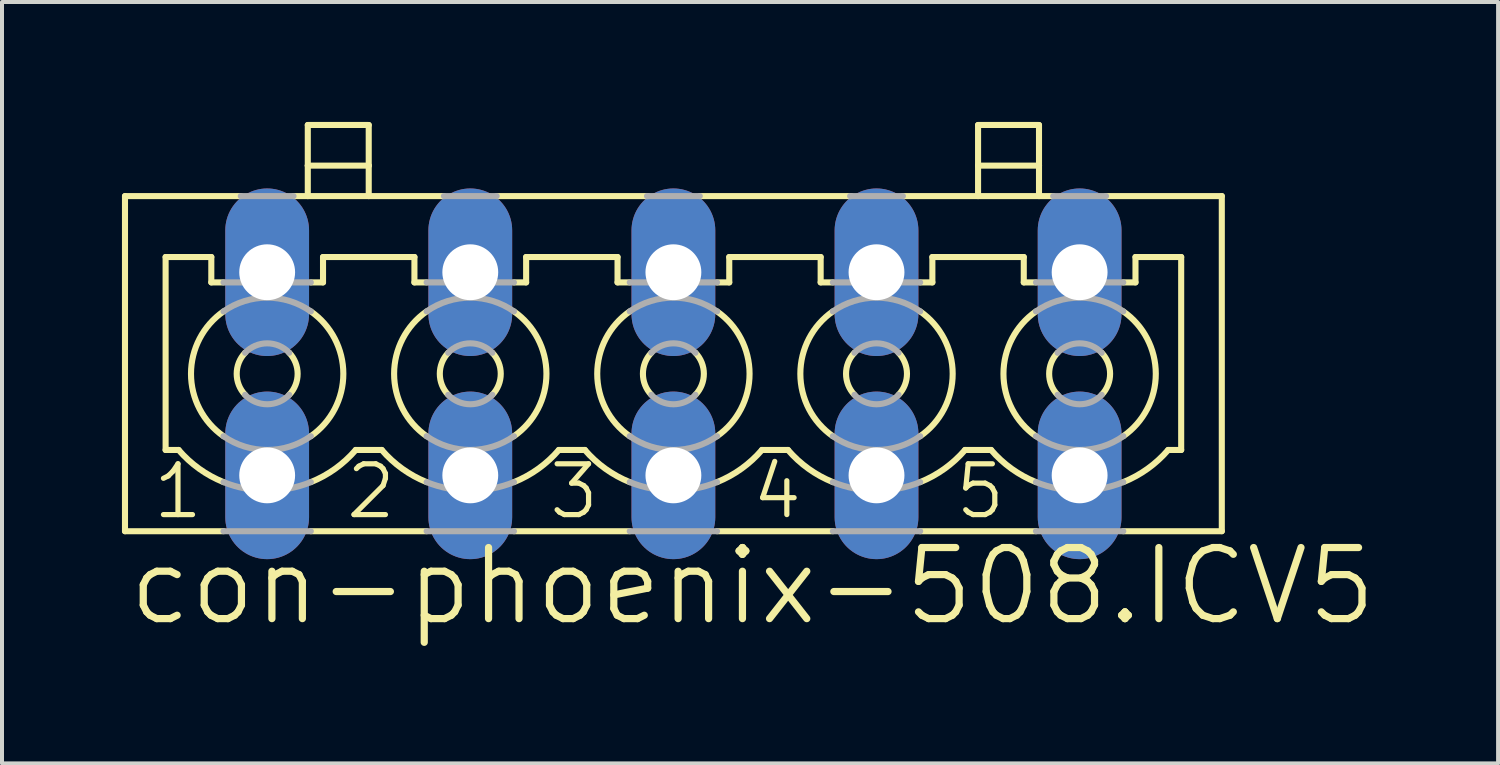
<source format=kicad_pcb>
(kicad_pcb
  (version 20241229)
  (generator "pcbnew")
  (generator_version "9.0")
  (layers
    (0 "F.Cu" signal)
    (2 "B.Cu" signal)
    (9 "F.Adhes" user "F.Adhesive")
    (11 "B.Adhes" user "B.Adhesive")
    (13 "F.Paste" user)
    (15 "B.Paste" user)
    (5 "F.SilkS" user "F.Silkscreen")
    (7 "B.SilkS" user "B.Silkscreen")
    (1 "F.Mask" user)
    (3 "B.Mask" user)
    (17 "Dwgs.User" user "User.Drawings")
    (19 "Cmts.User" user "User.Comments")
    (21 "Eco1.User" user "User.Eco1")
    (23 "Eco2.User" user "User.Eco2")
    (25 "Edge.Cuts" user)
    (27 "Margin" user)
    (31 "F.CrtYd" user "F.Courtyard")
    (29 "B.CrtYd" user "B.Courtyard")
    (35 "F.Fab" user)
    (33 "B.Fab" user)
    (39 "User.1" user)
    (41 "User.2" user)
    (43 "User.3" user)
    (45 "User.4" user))
  (footprint "con-phoenix-508.ICV5"
    (layer "F.Cu")
    (at 13.792 6.299)
    (property "Reference" "con-phoenix-508.ICV5" (at -13.716 6.35 0) (layer "F.SilkS") (effects (font (size 1.778 1.778) (thickness 0.18)) (justify left bottom)))
    (attr through_hole)
    (fp_line (start -13.716 -4.445) (end -13.716 3.937) (stroke (width 0.152) (type default)) (layer "F.SilkS"))
    (fp_line (start -13.716 -4.445) (end -10.82 -4.445) (stroke (width 0.152) (type default)) (layer "F.SilkS"))
    (fp_line (start -13.716 3.937) (end -11.252 3.937) (stroke (width 0.152) (type default)) (layer "F.SilkS"))
    (fp_line (start -12.7 -2.921) (end -12.7 1.905) (stroke (width 0.152) (type default)) (layer "F.SilkS"))
    (fp_line (start -12.7 -2.921) (end -11.557 -2.921) (stroke (width 0.152) (type default)) (layer "F.SilkS"))
    (fp_line (start -12.7 1.905) (end -12.374 1.905) (stroke (width 0.152) (type default)) (layer "F.SilkS"))
    (fp_line (start -11.557 -2.286) (end -11.557 -2.921) (stroke (width 0.152) (type default)) (layer "F.SilkS"))
    (fp_line (start -11.557 -2.286) (end -11.252 -2.286) (stroke (width 0.152) (type default)) (layer "F.SilkS"))
    (fp_line (start -9.5 -4.445) (end -9.144 -4.445) (stroke (width 0.152) (type default)) (layer "F.SilkS"))
    (fp_line (start -9.144 -5.207) (end -9.144 -6.223) (stroke (width 0.152) (type default)) (layer "F.SilkS"))
    (fp_line (start -9.144 -5.207) (end -7.62 -5.207) (stroke (width 0.152) (type default)) (layer "F.SilkS"))
    (fp_line (start -9.144 -4.445) (end -9.144 -5.207) (stroke (width 0.152) (type default)) (layer "F.SilkS"))
    (fp_line (start -9.144 -4.445) (end -7.62 -4.445) (stroke (width 0.152) (type default)) (layer "F.SilkS"))
    (fp_line (start -9.068 -2.286) (end -8.763 -2.286) (stroke (width 0.152) (type default)) (layer "F.SilkS"))
    (fp_line (start -9.068 3.937) (end -6.172 3.937) (stroke (width 0.152) (type default)) (layer "F.SilkS"))
    (fp_line (start -8.763 -2.921) (end -6.477 -2.921) (stroke (width 0.152) (type default)) (layer "F.SilkS"))
    (fp_line (start -8.763 -2.286) (end -8.763 -2.921) (stroke (width 0.152) (type default)) (layer "F.SilkS"))
    (fp_line (start -7.946 1.905) (end -7.294 1.905) (stroke (width 0.152) (type default)) (layer "F.SilkS"))
    (fp_line (start -7.62 -6.223) (end -9.144 -6.223) (stroke (width 0.152) (type default)) (layer "F.SilkS"))
    (fp_line (start -7.62 -5.207) (end -7.62 -6.223) (stroke (width 0.152) (type default)) (layer "F.SilkS"))
    (fp_line (start -7.62 -4.445) (end -7.62 -5.207) (stroke (width 0.152) (type default)) (layer "F.SilkS"))
    (fp_line (start -7.62 -4.445) (end -5.74 -4.445) (stroke (width 0.152) (type default)) (layer "F.SilkS"))
    (fp_line (start -6.477 -2.286) (end -6.477 -2.921) (stroke (width 0.152) (type default)) (layer "F.SilkS"))
    (fp_line (start -6.477 -2.286) (end -6.172 -2.286) (stroke (width 0.152) (type default)) (layer "F.SilkS"))
    (fp_line (start -4.42 -4.445) (end -0.635 -4.445) (stroke (width 0.152) (type default)) (layer "F.SilkS"))
    (fp_line (start -3.988 -2.286) (end -3.683 -2.286) (stroke (width 0.152) (type default)) (layer "F.SilkS"))
    (fp_line (start -3.988 3.937) (end -1.092 3.937) (stroke (width 0.152) (type default)) (layer "F.SilkS"))
    (fp_line (start -3.683 -2.921) (end -1.397 -2.921) (stroke (width 0.152) (type default)) (layer "F.SilkS"))
    (fp_line (start -3.683 -2.286) (end -3.683 -2.921) (stroke (width 0.152) (type default)) (layer "F.SilkS"))
    (fp_line (start -2.866 1.905) (end -2.214 1.905) (stroke (width 0.152) (type default)) (layer "F.SilkS"))
    (fp_line (start -1.397 -2.286) (end -1.397 -2.921) (stroke (width 0.152) (type default)) (layer "F.SilkS"))
    (fp_line (start -1.397 -2.286) (end -1.092 -2.286) (stroke (width 0.152) (type default)) (layer "F.SilkS"))
    (fp_line (start 0.66 -4.445) (end 4.445 -4.445) (stroke (width 0.152) (type default)) (layer "F.SilkS"))
    (fp_line (start 1.092 -2.286) (end 1.397 -2.286) (stroke (width 0.152) (type default)) (layer "F.SilkS"))
    (fp_line (start 1.092 3.937) (end 3.988 3.937) (stroke (width 0.152) (type default)) (layer "F.SilkS"))
    (fp_line (start 1.397 -2.921) (end 3.683 -2.921) (stroke (width 0.152) (type default)) (layer "F.SilkS"))
    (fp_line (start 1.397 -2.286) (end 1.397 -2.921) (stroke (width 0.152) (type default)) (layer "F.SilkS"))
    (fp_line (start 2.214 1.905) (end 2.866 1.905) (stroke (width 0.152) (type default)) (layer "F.SilkS"))
    (fp_line (start 3.683 -2.286) (end 3.683 -2.921) (stroke (width 0.152) (type default)) (layer "F.SilkS"))
    (fp_line (start 3.683 -2.286) (end 3.988 -2.286) (stroke (width 0.152) (type default)) (layer "F.SilkS"))
    (fp_line (start 5.74 -4.445) (end 7.62 -4.445) (stroke (width 0.152) (type default)) (layer "F.SilkS"))
    (fp_line (start 6.172 -2.286) (end 6.477 -2.286) (stroke (width 0.152) (type default)) (layer "F.SilkS"))
    (fp_line (start 6.172 3.937) (end 9.068 3.937) (stroke (width 0.152) (type default)) (layer "F.SilkS"))
    (fp_line (start 6.477 -2.921) (end 8.763 -2.921) (stroke (width 0.152) (type default)) (layer "F.SilkS"))
    (fp_line (start 6.477 -2.286) (end 6.477 -2.921) (stroke (width 0.152) (type default)) (layer "F.SilkS"))
    (fp_line (start 7.294 1.905) (end 7.946 1.905) (stroke (width 0.152) (type default)) (layer "F.SilkS"))
    (fp_line (start 7.62 -5.207) (end 7.62 -6.223) (stroke (width 0.152) (type default)) (layer "F.SilkS"))
    (fp_line (start 7.62 -5.207) (end 9.144 -5.207) (stroke (width 0.152) (type default)) (layer "F.SilkS"))
    (fp_line (start 7.62 -4.445) (end 7.62 -5.207) (stroke (width 0.152) (type default)) (layer "F.SilkS"))
    (fp_line (start 7.62 -4.445) (end 9.144 -4.445) (stroke (width 0.152) (type default)) (layer "F.SilkS"))
    (fp_line (start 8.763 -2.286) (end 8.763 -2.921) (stroke (width 0.152) (type default)) (layer "F.SilkS"))
    (fp_line (start 8.763 -2.286) (end 9.068 -2.286) (stroke (width 0.152) (type default)) (layer "F.SilkS"))
    (fp_line (start 9.144 -6.223) (end 7.62 -6.223) (stroke (width 0.152) (type default)) (layer "F.SilkS"))
    (fp_line (start 9.144 -5.207) (end 9.144 -6.223) (stroke (width 0.152) (type default)) (layer "F.SilkS"))
    (fp_line (start 9.144 -4.445) (end 9.144 -5.207) (stroke (width 0.152) (type default)) (layer "F.SilkS"))
    (fp_line (start 9.144 -4.445) (end 9.5 -4.445) (stroke (width 0.152) (type default)) (layer "F.SilkS"))
    (fp_line (start 10.82 -4.445) (end 13.716 -4.445) (stroke (width 0.152) (type default)) (layer "F.SilkS"))
    (fp_line (start 11.252 -2.286) (end 11.557 -2.286) (stroke (width 0.152) (type default)) (layer "F.SilkS"))
    (fp_line (start 11.252 3.937) (end 13.716 3.937) (stroke (width 0.152) (type default)) (layer "F.SilkS"))
    (fp_line (start 11.557 -2.921) (end 12.7 -2.921) (stroke (width 0.152) (type default)) (layer "F.SilkS"))
    (fp_line (start 11.557 -2.286) (end 11.557 -2.921) (stroke (width 0.152) (type default)) (layer "F.SilkS"))
    (fp_line (start 12.374 1.905) (end 12.7 1.905) (stroke (width 0.152) (type default)) (layer "F.SilkS"))
    (fp_line (start 12.7 1.905) (end 12.7 -2.921) (stroke (width 0.152) (type default)) (layer "F.SilkS"))
    (fp_line (start 13.716 -4.445) (end 13.716 3.937) (stroke (width 0.152) (type default)) (layer "F.SilkS"))
    (fp_arc (start -11.2522 1.5608) (mid -12.064993 0) (end -11.2522 -1.5608) (stroke (width 0.1524) (type default)) (layer "F.SilkS"))
    (fp_arc (start -11.2518 2.7092) (mid -11.861094 2.374351) (end -12.374 1.905) (stroke (width 0.1524) (type default)) (layer "F.SilkS"))
    (fp_arc (start -10.7114 0.526) (mid -10.922049 0) (end -10.7114 -0.526) (stroke (width 0.1524) (type default)) (layer "F.SilkS"))
    (fp_arc (start -9.6086 -0.526) (mid -9.397951 0) (end -9.6086 0.526) (stroke (width 0.1524) (type default)) (layer "F.SilkS"))
    (fp_arc (start -9.0678 -1.5608) (mid -8.255007 0) (end -9.0678 1.5608) (stroke (width 0.1524) (type default)) (layer "F.SilkS"))
    (fp_arc (start -7.9455 1.9051) (mid -8.458459 2.374412) (end -9.0678 2.7092) (stroke (width 0.1524) (type default)) (layer "F.SilkS"))
    (fp_arc (start -6.1722 1.5608) (mid -6.984993 0) (end -6.1722 -1.5608) (stroke (width 0.1524) (type default)) (layer "F.SilkS"))
    (fp_arc (start -6.1718 2.7092) (mid -6.781094 2.374351) (end -7.294 1.905) (stroke (width 0.1524) (type default)) (layer "F.SilkS"))
    (fp_arc (start -5.6314 0.526) (mid -5.842049 0) (end -5.6314 -0.526) (stroke (width 0.1524) (type default)) (layer "F.SilkS"))
    (fp_arc (start -4.5286 -0.526) (mid -4.317951 0) (end -4.5286 0.526) (stroke (width 0.1524) (type default)) (layer "F.SilkS"))
    (fp_arc (start -3.9878 -1.5608) (mid -3.175007 0) (end -3.9878 1.5608) (stroke (width 0.1524) (type default)) (layer "F.SilkS"))
    (fp_arc (start -2.8655 1.9051) (mid -3.378459 2.374412) (end -3.9878 2.7092) (stroke (width 0.1524) (type default)) (layer "F.SilkS"))
    (fp_arc (start -1.0922 1.5608) (mid -1.904993 0) (end -1.0922 -1.5608) (stroke (width 0.1524) (type default)) (layer "F.SilkS"))
    (fp_arc (start -1.0918 2.7092) (mid -1.701094 2.374351) (end -2.214 1.905) (stroke (width 0.1524) (type default)) (layer "F.SilkS"))
    (fp_arc (start -0.5514 0.526) (mid -0.762049 0) (end -0.5514 -0.526) (stroke (width 0.1524) (type default)) (layer "F.SilkS"))
    (fp_arc (start 0.5514 -0.526) (mid 0.762049 0) (end 0.5514 0.526) (stroke (width 0.1524) (type default)) (layer "F.SilkS"))
    (fp_arc (start 1.0922 -1.5608) (mid 1.904993 0) (end 1.0922 1.5608) (stroke (width 0.1524) (type default)) (layer "F.SilkS"))
    (fp_arc (start 2.214 1.905) (mid 1.701094 2.374351) (end 1.0918 2.7092) (stroke (width 0.1524) (type default)) (layer "F.SilkS"))
    (fp_arc (start 3.9878 1.5608) (mid 3.175007 0) (end 3.9878 -1.5608) (stroke (width 0.1524) (type default)) (layer "F.SilkS"))
    (fp_arc (start 3.9882 2.709) (mid 3.378916 2.374254) (end 2.866 1.905) (stroke (width 0.1524) (type default)) (layer "F.SilkS"))
    (fp_arc (start 4.5286 0.526) (mid 4.317951 0) (end 4.5286 -0.526) (stroke (width 0.1524) (type default)) (layer "F.SilkS"))
    (fp_arc (start 5.6314 -0.526) (mid 5.842049 0) (end 5.6314 0.526) (stroke (width 0.1524) (type default)) (layer "F.SilkS"))
    (fp_arc (start 6.1722 -1.5608) (mid 6.984993 0) (end 6.1722 1.5608) (stroke (width 0.1524) (type default)) (layer "F.SilkS"))
    (fp_arc (start 7.294 1.905) (mid 6.781094 2.374351) (end 6.1718 2.7092) (stroke (width 0.1524) (type default)) (layer "F.SilkS"))
    (fp_arc (start 9.0678 1.5608) (mid 8.255007 0) (end 9.0678 -1.5608) (stroke (width 0.1524) (type default)) (layer "F.SilkS"))
    (fp_arc (start 9.0682 2.709) (mid 8.458916 2.374254) (end 7.946 1.905) (stroke (width 0.1524) (type default)) (layer "F.SilkS"))
    (fp_arc (start 9.6086 0.526) (mid 9.397951 0) (end 9.6086 -0.526) (stroke (width 0.1524) (type default)) (layer "F.SilkS"))
    (fp_arc (start 10.7114 -0.526) (mid 10.922049 0) (end 10.7114 0.526) (stroke (width 0.1524) (type default)) (layer "F.SilkS"))
    (fp_arc (start 11.2522 -1.5608) (mid 12.064993 0) (end 11.2522 1.5608) (stroke (width 0.1524) (type default)) (layer "F.SilkS"))
    (fp_arc (start 12.374 1.905) (mid 11.861094 2.374351) (end 11.2518 2.7092) (stroke (width 0.1524) (type default)) (layer "F.SilkS"))
    (fp_line (start -11.252 -2.286) (end -9.068 -2.286) (stroke (width 0.152) (type default)) (layer "F.Fab"))
    (fp_line (start -11.252 3.937) (end -9.068 3.937) (stroke (width 0.152) (type default)) (layer "F.Fab"))
    (fp_line (start -10.82 -4.445) (end -9.5 -4.445) (stroke (width 0.152) (type default)) (layer "F.Fab"))
    (fp_line (start -6.172 -2.286) (end -3.988 -2.286) (stroke (width 0.152) (type default)) (layer "F.Fab"))
    (fp_line (start -6.172 3.937) (end -3.988 3.937) (stroke (width 0.152) (type default)) (layer "F.Fab"))
    (fp_line (start -5.74 -4.445) (end -4.42 -4.445) (stroke (width 0.152) (type default)) (layer "F.Fab"))
    (fp_line (start -1.092 -2.286) (end 1.092 -2.286) (stroke (width 0.152) (type default)) (layer "F.Fab"))
    (fp_line (start -1.092 3.937) (end 1.092 3.937) (stroke (width 0.152) (type default)) (layer "F.Fab"))
    (fp_line (start -0.66 -4.445) (end 0.66 -4.445) (stroke (width 0.152) (type default)) (layer "F.Fab"))
    (fp_line (start 3.988 -2.286) (end 6.172 -2.286) (stroke (width 0.152) (type default)) (layer "F.Fab"))
    (fp_line (start 3.988 3.937) (end 6.172 3.937) (stroke (width 0.152) (type default)) (layer "F.Fab"))
    (fp_line (start 4.42 -4.445) (end 5.74 -4.445) (stroke (width 0.152) (type default)) (layer "F.Fab"))
    (fp_line (start 9.068 -2.286) (end 11.252 -2.286) (stroke (width 0.152) (type default)) (layer "F.Fab"))
    (fp_line (start 9.068 3.937) (end 11.252 3.937) (stroke (width 0.152) (type default)) (layer "F.Fab"))
    (fp_line (start 9.5 -4.445) (end 10.82 -4.445) (stroke (width 0.152) (type default)) (layer "F.Fab"))
    (fp_arc (start -11.2522 -1.5608) (mid -10.16 -1.904993) (end -9.0678 -1.5608) (stroke (width 0.1524) (type default)) (layer "F.Fab"))
    (fp_arc (start -10.7114 -0.526) (mid -10.16 -0.762049) (end -9.6086 -0.526) (stroke (width 0.1524) (type default)) (layer "F.Fab"))
    (fp_arc (start -9.6086 0.526) (mid -10.16 0.762049) (end -10.7114 0.526) (stroke (width 0.1524) (type default)) (layer "F.Fab"))
    (fp_arc (start -9.0678 1.5608) (mid -10.16 1.904993) (end -11.2522 1.5608) (stroke (width 0.1524) (type default)) (layer "F.Fab"))
    (fp_arc (start -9.0678 2.7092) (mid -10.16 2.921073) (end -11.2522 2.7092) (stroke (width 0.1524) (type default)) (layer "F.Fab"))
    (fp_arc (start -6.1722 -1.5608) (mid -5.08 -1.904993) (end -3.9878 -1.5608) (stroke (width 0.1524) (type default)) (layer "F.Fab"))
    (fp_arc (start -5.6314 -0.526) (mid -5.08 -0.762049) (end -4.5286 -0.526) (stroke (width 0.1524) (type default)) (layer "F.Fab"))
    (fp_arc (start -4.5286 0.526) (mid -5.08 0.762049) (end -5.6314 0.526) (stroke (width 0.1524) (type default)) (layer "F.Fab"))
    (fp_arc (start -3.9878 1.5608) (mid -5.08 1.904993) (end -6.1722 1.5608) (stroke (width 0.1524) (type default)) (layer "F.Fab"))
    (fp_arc (start -3.9878 2.7092) (mid -5.08 2.921073) (end -6.1722 2.7092) (stroke (width 0.1524) (type default)) (layer "F.Fab"))
    (fp_arc (start -1.0922 -1.5608) (mid 0 -1.904993) (end 1.0922 -1.5608) (stroke (width 0.1524) (type default)) (layer "F.Fab"))
    (fp_arc (start -0.5514 -0.526) (mid 0 -0.762049) (end 0.5514 -0.526) (stroke (width 0.1524) (type default)) (layer "F.Fab"))
    (fp_arc (start 0.5514 0.526) (mid 0 0.762049) (end -0.5514 0.526) (stroke (width 0.1524) (type default)) (layer "F.Fab"))
    (fp_arc (start 1.0922 1.5608) (mid 0 1.904993) (end -1.0922 1.5608) (stroke (width 0.1524) (type default)) (layer "F.Fab"))
    (fp_arc (start 1.0922 2.7092) (mid 0 2.921073) (end -1.0922 2.7092) (stroke (width 0.1524) (type default)) (layer "F.Fab"))
    (fp_arc (start 3.9878 -1.5608) (mid 5.08 -1.904993) (end 6.1722 -1.5608) (stroke (width 0.1524) (type default)) (layer "F.Fab"))
    (fp_arc (start 4.5286 -0.526) (mid 5.08 -0.762049) (end 5.6314 -0.526) (stroke (width 0.1524) (type default)) (layer "F.Fab"))
    (fp_arc (start 5.6314 0.526) (mid 5.08 0.762049) (end 4.5286 0.526) (stroke (width 0.1524) (type default)) (layer "F.Fab"))
    (fp_arc (start 6.1722 1.5608) (mid 5.08 1.904993) (end 3.9878 1.5608) (stroke (width 0.1524) (type default)) (layer "F.Fab"))
    (fp_arc (start 6.1722 2.7092) (mid 5.08 2.921073) (end 3.9878 2.7092) (stroke (width 0.1524) (type default)) (layer "F.Fab"))
    (fp_arc (start 9.0678 -1.5608) (mid 10.16 -1.904993) (end 11.2522 -1.5608) (stroke (width 0.1524) (type default)) (layer "F.Fab"))
    (fp_arc (start 9.6086 -0.526) (mid 10.16 -0.762049) (end 10.7114 -0.526) (stroke (width 0.1524) (type default)) (layer "F.Fab"))
    (fp_arc (start 10.7114 0.526) (mid 10.16 0.762049) (end 9.6086 0.526) (stroke (width 0.1524) (type default)) (layer "F.Fab"))
    (fp_arc (start 11.2522 1.5608) (mid 10.16 1.904993) (end 9.0678 1.5608) (stroke (width 0.1524) (type default)) (layer "F.Fab"))
    (fp_arc (start 11.2522 2.7092) (mid 10.16 2.921073) (end 9.0678 2.7092) (stroke (width 0.1524) (type default)) (layer "F.Fab"))
    (fp_text user "1" (at -13.081 3.683 0) (layer "F.SilkS") (effects (font (size 1.27 1.27) (thickness 0.13)) (justify left bottom)))
    (fp_text user "4" (at 1.905 3.683 0) (layer "F.SilkS") (effects (font (size 1.27 1.27) (thickness 0.13)) (justify left bottom)))
    (fp_text user "3" (at -3.175 3.683 0) (layer "F.SilkS") (effects (font (size 1.27 1.27) (thickness 0.13)) (justify left bottom)))
    (fp_text user "5" (at 6.985 3.683 0) (layer "F.SilkS") (effects (font (size 1.27 1.27) (thickness 0.13)) (justify left bottom)))
    (fp_text user "2" (at -8.255 3.683 0) (layer "F.SilkS") (effects (font (size 1.27 1.27) (thickness 0.13)) (justify left bottom)))
    (pad "1" thru_hole oval (at -10.16 -2.54 90) (size 4.191 2.095) (drill 1.397) (layers "*.Cu" "*.Mask"))
    (pad "1A" thru_hole oval (at -10.16 2.54 90) (size 4.191 2.095) (drill 1.397) (layers "*.Cu" "*.Mask"))
    (pad "2" thru_hole oval (at -5.08 -2.54 90) (size 4.191 2.095) (drill 1.397) (layers "*.Cu" "*.Mask"))
    (pad "2A" thru_hole oval (at -5.08 2.54 90) (size 4.191 2.095) (drill 1.397) (layers "*.Cu" "*.Mask"))
    (pad "3" thru_hole oval (at 0 -2.54 90) (size 4.191 2.095) (drill 1.397) (layers "*.Cu" "*.Mask"))
    (pad "3A" thru_hole oval (at 0 2.54 90) (size 4.191 2.095) (drill 1.397) (layers "*.Cu" "*.Mask"))
    (pad "4" thru_hole oval (at 5.08 -2.54 90) (size 4.191 2.095) (drill 1.397) (layers "*.Cu" "*.Mask"))
    (pad "4A" thru_hole oval (at 5.08 2.54 90) (size 4.191 2.095) (drill 1.397) (layers "*.Cu" "*.Mask"))
    (pad "5" thru_hole oval (at 10.16 -2.54 90) (size 4.191 2.095) (drill 1.397) (layers "*.Cu" "*.Mask"))
    (pad "5A" thru_hole oval (at 10.16 2.54 90) (size 4.191 2.095) (drill 1.397) (layers "*.Cu" "*.Mask")))
  (gr_rect
    (start -3 -3)
    (end 34.418 16.043)
    (stroke (width 0.1) (type default))
    (fill no)
    (layer "Edge.Cuts")))
</source>
